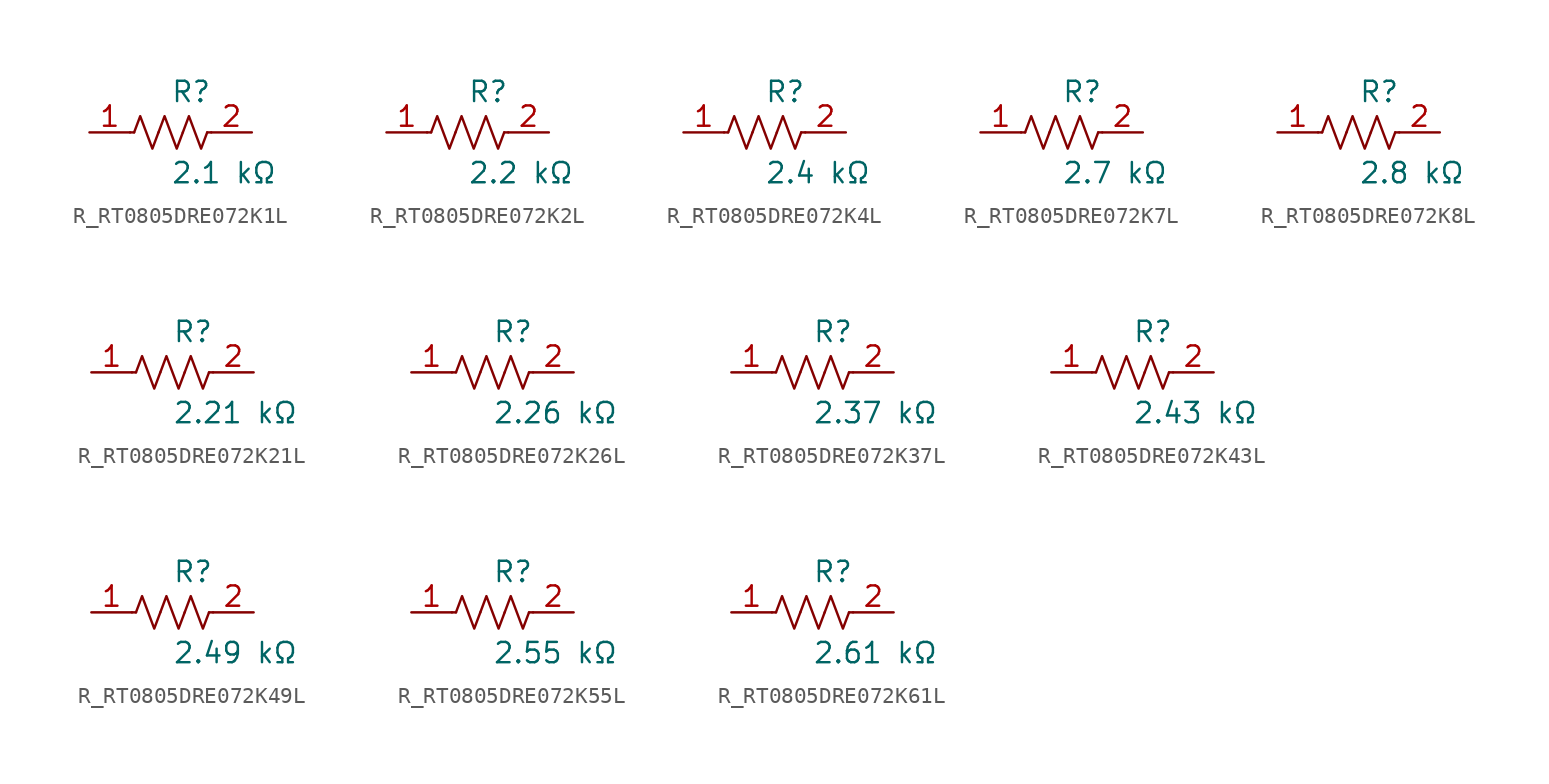
<source format=kicad_sym>
(kicad_symbol_lib
  (version 20231120)
  (generator kicad_symbol_editor)
  (generator_version 8.0)
  (symbol "R_RT0805DRE072K1L"
    (pin_names
      (offset 0.254))
    (property "Reference" "R"
      (at 0.0 2.54 0)
      (effects (font (size 1.27 1.27)) (justify left)))
    (property "Value" "2.1 kΩ"
      (at 0.0 -2.54 0)
      (effects (font (size 1.27 1.27)) (justify left)))
    (symbol "R_RT0805DRE072K1L_0_1"
      (polyline (pts (xy 2.286 0) (xy 2.54 0)) (stroke (width 0) (type default)) (fill (type none)))
      (polyline (pts (xy -2.286 0) (xy -2.54 0)) (stroke (width 0) (type default)) (fill (type none)))
      (polyline (pts (xy 0.762 0) (xy 1.143 1.016) (xy 1.524 0) (xy 1.905 -1.016) (xy 2.286 0)) (stroke (width 0) (type default)) (fill (type none)))
      (polyline (pts (xy -0.762 0) (xy -0.381 1.016) (xy 0 0) (xy 0.381 -1.016) (xy 0.762 0)) (stroke (width 0) (type default)) (fill (type none)))
      (polyline (pts (xy -2.286 0) (xy -1.905 1.016) (xy -1.524 0) (xy -1.143 -1.016) (xy -0.762 0)) (stroke (width 0) (type default)) (fill (type none))))
    (pin unspecified line
      (at -5.08 0 0)
      (length 2.54)
      (name "" (effects (font (size 1.27 1.27))))
      (number "1" (effects (font (size 1.27 1.27)))))
    (pin unspecified line
      (at 5.08 0 180)
      (length 2.54)
      (name "" (effects (font (size 1.27 1.27))))
      (number "2" (effects (font (size 1.27 1.27))))))
  (symbol "R_RT0805DRE072K2L"
    (pin_names
      (offset 0.254))
    (property "Reference" "R"
      (at 0.0 2.54 0)
      (effects (font (size 1.27 1.27)) (justify left)))
    (property "Value" "2.2 kΩ"
      (at 0.0 -2.54 0)
      (effects (font (size 1.27 1.27)) (justify left)))
    (symbol "R_RT0805DRE072K2L_0_1"
      (polyline (pts (xy 2.286 0) (xy 2.54 0)) (stroke (width 0) (type default)) (fill (type none)))
      (polyline (pts (xy -2.286 0) (xy -2.54 0)) (stroke (width 0) (type default)) (fill (type none)))
      (polyline (pts (xy 0.762 0) (xy 1.143 1.016) (xy 1.524 0) (xy 1.905 -1.016) (xy 2.286 0)) (stroke (width 0) (type default)) (fill (type none)))
      (polyline (pts (xy -0.762 0) (xy -0.381 1.016) (xy 0 0) (xy 0.381 -1.016) (xy 0.762 0)) (stroke (width 0) (type default)) (fill (type none)))
      (polyline (pts (xy -2.286 0) (xy -1.905 1.016) (xy -1.524 0) (xy -1.143 -1.016) (xy -0.762 0)) (stroke (width 0) (type default)) (fill (type none))))
    (pin unspecified line
      (at -5.08 0 0)
      (length 2.54)
      (name "" (effects (font (size 1.27 1.27))))
      (number "1" (effects (font (size 1.27 1.27)))))
    (pin unspecified line
      (at 5.08 0 180)
      (length 2.54)
      (name "" (effects (font (size 1.27 1.27))))
      (number "2" (effects (font (size 1.27 1.27))))))
  (symbol "R_RT0805DRE072K4L"
    (pin_names
      (offset 0.254))
    (property "Reference" "R"
      (at 0.0 2.54 0)
      (effects (font (size 1.27 1.27)) (justify left)))
    (property "Value" "2.4 kΩ"
      (at 0.0 -2.54 0)
      (effects (font (size 1.27 1.27)) (justify left)))
    (symbol "R_RT0805DRE072K4L_0_1"
      (polyline (pts (xy 2.286 0) (xy 2.54 0)) (stroke (width 0) (type default)) (fill (type none)))
      (polyline (pts (xy -2.286 0) (xy -2.54 0)) (stroke (width 0) (type default)) (fill (type none)))
      (polyline (pts (xy 0.762 0) (xy 1.143 1.016) (xy 1.524 0) (xy 1.905 -1.016) (xy 2.286 0)) (stroke (width 0) (type default)) (fill (type none)))
      (polyline (pts (xy -0.762 0) (xy -0.381 1.016) (xy 0 0) (xy 0.381 -1.016) (xy 0.762 0)) (stroke (width 0) (type default)) (fill (type none)))
      (polyline (pts (xy -2.286 0) (xy -1.905 1.016) (xy -1.524 0) (xy -1.143 -1.016) (xy -0.762 0)) (stroke (width 0) (type default)) (fill (type none))))
    (pin unspecified line
      (at -5.08 0 0)
      (length 2.54)
      (name "" (effects (font (size 1.27 1.27))))
      (number "1" (effects (font (size 1.27 1.27)))))
    (pin unspecified line
      (at 5.08 0 180)
      (length 2.54)
      (name "" (effects (font (size 1.27 1.27))))
      (number "2" (effects (font (size 1.27 1.27))))))
  (symbol "R_RT0805DRE072K7L"
    (pin_names
      (offset 0.254))
    (property "Reference" "R"
      (at 0.0 2.54 0)
      (effects (font (size 1.27 1.27)) (justify left)))
    (property "Value" "2.7 kΩ"
      (at 0.0 -2.54 0)
      (effects (font (size 1.27 1.27)) (justify left)))
    (symbol "R_RT0805DRE072K7L_0_1"
      (polyline (pts (xy 2.286 0) (xy 2.54 0)) (stroke (width 0) (type default)) (fill (type none)))
      (polyline (pts (xy -2.286 0) (xy -2.54 0)) (stroke (width 0) (type default)) (fill (type none)))
      (polyline (pts (xy 0.762 0) (xy 1.143 1.016) (xy 1.524 0) (xy 1.905 -1.016) (xy 2.286 0)) (stroke (width 0) (type default)) (fill (type none)))
      (polyline (pts (xy -0.762 0) (xy -0.381 1.016) (xy 0 0) (xy 0.381 -1.016) (xy 0.762 0)) (stroke (width 0) (type default)) (fill (type none)))
      (polyline (pts (xy -2.286 0) (xy -1.905 1.016) (xy -1.524 0) (xy -1.143 -1.016) (xy -0.762 0)) (stroke (width 0) (type default)) (fill (type none))))
    (pin unspecified line
      (at -5.08 0 0)
      (length 2.54)
      (name "" (effects (font (size 1.27 1.27))))
      (number "1" (effects (font (size 1.27 1.27)))))
    (pin unspecified line
      (at 5.08 0 180)
      (length 2.54)
      (name "" (effects (font (size 1.27 1.27))))
      (number "2" (effects (font (size 1.27 1.27))))))
  (symbol "R_RT0805DRE072K8L"
    (pin_names
      (offset 0.254))
    (property "Reference" "R"
      (at 0.0 2.54 0)
      (effects (font (size 1.27 1.27)) (justify left)))
    (property "Value" "2.8 kΩ"
      (at 0.0 -2.54 0)
      (effects (font (size 1.27 1.27)) (justify left)))
    (symbol "R_RT0805DRE072K8L_0_1"
      (polyline (pts (xy 2.286 0) (xy 2.54 0)) (stroke (width 0) (type default)) (fill (type none)))
      (polyline (pts (xy -2.286 0) (xy -2.54 0)) (stroke (width 0) (type default)) (fill (type none)))
      (polyline (pts (xy 0.762 0) (xy 1.143 1.016) (xy 1.524 0) (xy 1.905 -1.016) (xy 2.286 0)) (stroke (width 0) (type default)) (fill (type none)))
      (polyline (pts (xy -0.762 0) (xy -0.381 1.016) (xy 0 0) (xy 0.381 -1.016) (xy 0.762 0)) (stroke (width 0) (type default)) (fill (type none)))
      (polyline (pts (xy -2.286 0) (xy -1.905 1.016) (xy -1.524 0) (xy -1.143 -1.016) (xy -0.762 0)) (stroke (width 0) (type default)) (fill (type none))))
    (pin unspecified line
      (at -5.08 0 0)
      (length 2.54)
      (name "" (effects (font (size 1.27 1.27))))
      (number "1" (effects (font (size 1.27 1.27)))))
    (pin unspecified line
      (at 5.08 0 180)
      (length 2.54)
      (name "" (effects (font (size 1.27 1.27))))
      (number "2" (effects (font (size 1.27 1.27))))))
  (symbol "R_RT0805DRE072K21L"
    (pin_names
      (offset 0.254))
    (property "Reference" "R"
      (at 0.0 2.54 0)
      (effects (font (size 1.27 1.27)) (justify left)))
    (property "Value" "2.21 kΩ"
      (at 0.0 -2.54 0)
      (effects (font (size 1.27 1.27)) (justify left)))
    (symbol "R_RT0805DRE072K21L_0_1"
      (polyline (pts (xy 2.286 0) (xy 2.54 0)) (stroke (width 0) (type default)) (fill (type none)))
      (polyline (pts (xy -2.286 0) (xy -2.54 0)) (stroke (width 0) (type default)) (fill (type none)))
      (polyline (pts (xy 0.762 0) (xy 1.143 1.016) (xy 1.524 0) (xy 1.905 -1.016) (xy 2.286 0)) (stroke (width 0) (type default)) (fill (type none)))
      (polyline (pts (xy -0.762 0) (xy -0.381 1.016) (xy 0 0) (xy 0.381 -1.016) (xy 0.762 0)) (stroke (width 0) (type default)) (fill (type none)))
      (polyline (pts (xy -2.286 0) (xy -1.905 1.016) (xy -1.524 0) (xy -1.143 -1.016) (xy -0.762 0)) (stroke (width 0) (type default)) (fill (type none))))
    (pin unspecified line
      (at -5.08 0 0)
      (length 2.54)
      (name "" (effects (font (size 1.27 1.27))))
      (number "1" (effects (font (size 1.27 1.27)))))
    (pin unspecified line
      (at 5.08 0 180)
      (length 2.54)
      (name "" (effects (font (size 1.27 1.27))))
      (number "2" (effects (font (size 1.27 1.27))))))
  (symbol "R_RT0805DRE072K26L"
    (pin_names
      (offset 0.254))
    (property "Reference" "R"
      (at 0.0 2.54 0)
      (effects (font (size 1.27 1.27)) (justify left)))
    (property "Value" "2.26 kΩ"
      (at 0.0 -2.54 0)
      (effects (font (size 1.27 1.27)) (justify left)))
    (symbol "R_RT0805DRE072K26L_0_1"
      (polyline (pts (xy 2.286 0) (xy 2.54 0)) (stroke (width 0) (type default)) (fill (type none)))
      (polyline (pts (xy -2.286 0) (xy -2.54 0)) (stroke (width 0) (type default)) (fill (type none)))
      (polyline (pts (xy 0.762 0) (xy 1.143 1.016) (xy 1.524 0) (xy 1.905 -1.016) (xy 2.286 0)) (stroke (width 0) (type default)) (fill (type none)))
      (polyline (pts (xy -0.762 0) (xy -0.381 1.016) (xy 0 0) (xy 0.381 -1.016) (xy 0.762 0)) (stroke (width 0) (type default)) (fill (type none)))
      (polyline (pts (xy -2.286 0) (xy -1.905 1.016) (xy -1.524 0) (xy -1.143 -1.016) (xy -0.762 0)) (stroke (width 0) (type default)) (fill (type none))))
    (pin unspecified line
      (at -5.08 0 0)
      (length 2.54)
      (name "" (effects (font (size 1.27 1.27))))
      (number "1" (effects (font (size 1.27 1.27)))))
    (pin unspecified line
      (at 5.08 0 180)
      (length 2.54)
      (name "" (effects (font (size 1.27 1.27))))
      (number "2" (effects (font (size 1.27 1.27))))))
  (symbol "R_RT0805DRE072K37L"
    (pin_names
      (offset 0.254))
    (property "Reference" "R"
      (at 0.0 2.54 0)
      (effects (font (size 1.27 1.27)) (justify left)))
    (property "Value" "2.37 kΩ"
      (at 0.0 -2.54 0)
      (effects (font (size 1.27 1.27)) (justify left)))
    (symbol "R_RT0805DRE072K37L_0_1"
      (polyline (pts (xy 2.286 0) (xy 2.54 0)) (stroke (width 0) (type default)) (fill (type none)))
      (polyline (pts (xy -2.286 0) (xy -2.54 0)) (stroke (width 0) (type default)) (fill (type none)))
      (polyline (pts (xy 0.762 0) (xy 1.143 1.016) (xy 1.524 0) (xy 1.905 -1.016) (xy 2.286 0)) (stroke (width 0) (type default)) (fill (type none)))
      (polyline (pts (xy -0.762 0) (xy -0.381 1.016) (xy 0 0) (xy 0.381 -1.016) (xy 0.762 0)) (stroke (width 0) (type default)) (fill (type none)))
      (polyline (pts (xy -2.286 0) (xy -1.905 1.016) (xy -1.524 0) (xy -1.143 -1.016) (xy -0.762 0)) (stroke (width 0) (type default)) (fill (type none))))
    (pin unspecified line
      (at -5.08 0 0)
      (length 2.54)
      (name "" (effects (font (size 1.27 1.27))))
      (number "1" (effects (font (size 1.27 1.27)))))
    (pin unspecified line
      (at 5.08 0 180)
      (length 2.54)
      (name "" (effects (font (size 1.27 1.27))))
      (number "2" (effects (font (size 1.27 1.27))))))
  (symbol "R_RT0805DRE072K43L"
    (pin_names
      (offset 0.254))
    (property "Reference" "R"
      (at 0.0 2.54 0)
      (effects (font (size 1.27 1.27)) (justify left)))
    (property "Value" "2.43 kΩ"
      (at 0.0 -2.54 0)
      (effects (font (size 1.27 1.27)) (justify left)))
    (symbol "R_RT0805DRE072K43L_0_1"
      (polyline (pts (xy 2.286 0) (xy 2.54 0)) (stroke (width 0) (type default)) (fill (type none)))
      (polyline (pts (xy -2.286 0) (xy -2.54 0)) (stroke (width 0) (type default)) (fill (type none)))
      (polyline (pts (xy 0.762 0) (xy 1.143 1.016) (xy 1.524 0) (xy 1.905 -1.016) (xy 2.286 0)) (stroke (width 0) (type default)) (fill (type none)))
      (polyline (pts (xy -0.762 0) (xy -0.381 1.016) (xy 0 0) (xy 0.381 -1.016) (xy 0.762 0)) (stroke (width 0) (type default)) (fill (type none)))
      (polyline (pts (xy -2.286 0) (xy -1.905 1.016) (xy -1.524 0) (xy -1.143 -1.016) (xy -0.762 0)) (stroke (width 0) (type default)) (fill (type none))))
    (pin unspecified line
      (at -5.08 0 0)
      (length 2.54)
      (name "" (effects (font (size 1.27 1.27))))
      (number "1" (effects (font (size 1.27 1.27)))))
    (pin unspecified line
      (at 5.08 0 180)
      (length 2.54)
      (name "" (effects (font (size 1.27 1.27))))
      (number "2" (effects (font (size 1.27 1.27))))))
  (symbol "R_RT0805DRE072K49L"
    (pin_names
      (offset 0.254))
    (property "Reference" "R"
      (at 0.0 2.54 0)
      (effects (font (size 1.27 1.27)) (justify left)))
    (property "Value" "2.49 kΩ"
      (at 0.0 -2.54 0)
      (effects (font (size 1.27 1.27)) (justify left)))
    (symbol "R_RT0805DRE072K49L_0_1"
      (polyline (pts (xy 2.286 0) (xy 2.54 0)) (stroke (width 0) (type default)) (fill (type none)))
      (polyline (pts (xy -2.286 0) (xy -2.54 0)) (stroke (width 0) (type default)) (fill (type none)))
      (polyline (pts (xy 0.762 0) (xy 1.143 1.016) (xy 1.524 0) (xy 1.905 -1.016) (xy 2.286 0)) (stroke (width 0) (type default)) (fill (type none)))
      (polyline (pts (xy -0.762 0) (xy -0.381 1.016) (xy 0 0) (xy 0.381 -1.016) (xy 0.762 0)) (stroke (width 0) (type default)) (fill (type none)))
      (polyline (pts (xy -2.286 0) (xy -1.905 1.016) (xy -1.524 0) (xy -1.143 -1.016) (xy -0.762 0)) (stroke (width 0) (type default)) (fill (type none))))
    (pin unspecified line
      (at -5.08 0 0)
      (length 2.54)
      (name "" (effects (font (size 1.27 1.27))))
      (number "1" (effects (font (size 1.27 1.27)))))
    (pin unspecified line
      (at 5.08 0 180)
      (length 2.54)
      (name "" (effects (font (size 1.27 1.27))))
      (number "2" (effects (font (size 1.27 1.27))))))
  (symbol "R_RT0805DRE072K55L"
    (pin_names
      (offset 0.254))
    (property "Reference" "R"
      (at 0.0 2.54 0)
      (effects (font (size 1.27 1.27)) (justify left)))
    (property "Value" "2.55 kΩ"
      (at 0.0 -2.54 0)
      (effects (font (size 1.27 1.27)) (justify left)))
    (symbol "R_RT0805DRE072K55L_0_1"
      (polyline (pts (xy 2.286 0) (xy 2.54 0)) (stroke (width 0) (type default)) (fill (type none)))
      (polyline (pts (xy -2.286 0) (xy -2.54 0)) (stroke (width 0) (type default)) (fill (type none)))
      (polyline (pts (xy 0.762 0) (xy 1.143 1.016) (xy 1.524 0) (xy 1.905 -1.016) (xy 2.286 0)) (stroke (width 0) (type default)) (fill (type none)))
      (polyline (pts (xy -0.762 0) (xy -0.381 1.016) (xy 0 0) (xy 0.381 -1.016) (xy 0.762 0)) (stroke (width 0) (type default)) (fill (type none)))
      (polyline (pts (xy -2.286 0) (xy -1.905 1.016) (xy -1.524 0) (xy -1.143 -1.016) (xy -0.762 0)) (stroke (width 0) (type default)) (fill (type none))))
    (pin unspecified line
      (at -5.08 0 0)
      (length 2.54)
      (name "" (effects (font (size 1.27 1.27))))
      (number "1" (effects (font (size 1.27 1.27)))))
    (pin unspecified line
      (at 5.08 0 180)
      (length 2.54)
      (name "" (effects (font (size 1.27 1.27))))
      (number "2" (effects (font (size 1.27 1.27))))))
  (symbol "R_RT0805DRE072K61L"
    (pin_names
      (offset 0.254))
    (property "Reference" "R"
      (at 0.0 2.54 0)
      (effects (font (size 1.27 1.27)) (justify left)))
    (property "Value" "2.61 kΩ"
      (at 0.0 -2.54 0)
      (effects (font (size 1.27 1.27)) (justify left)))
    (symbol "R_RT0805DRE072K61L_0_1"
      (polyline (pts (xy 2.286 0) (xy 2.54 0)) (stroke (width 0) (type default)) (fill (type none)))
      (polyline (pts (xy -2.286 0) (xy -2.54 0)) (stroke (width 0) (type default)) (fill (type none)))
      (polyline (pts (xy 0.762 0) (xy 1.143 1.016) (xy 1.524 0) (xy 1.905 -1.016) (xy 2.286 0)) (stroke (width 0) (type default)) (fill (type none)))
      (polyline (pts (xy -0.762 0) (xy -0.381 1.016) (xy 0 0) (xy 0.381 -1.016) (xy 0.762 0)) (stroke (width 0) (type default)) (fill (type none)))
      (polyline (pts (xy -2.286 0) (xy -1.905 1.016) (xy -1.524 0) (xy -1.143 -1.016) (xy -0.762 0)) (stroke (width 0) (type default)) (fill (type none))))
    (pin unspecified line
      (at -5.08 0 0)
      (length 2.54)
      (name "" (effects (font (size 1.27 1.27))))
      (number "1" (effects (font (size 1.27 1.27)))))
    (pin unspecified line
      (at 5.08 0 180)
      (length 2.54)
      (name "" (effects (font (size 1.27 1.27))))
      (number "2" (effects (font (size 1.27 1.27)))))))
</source>
